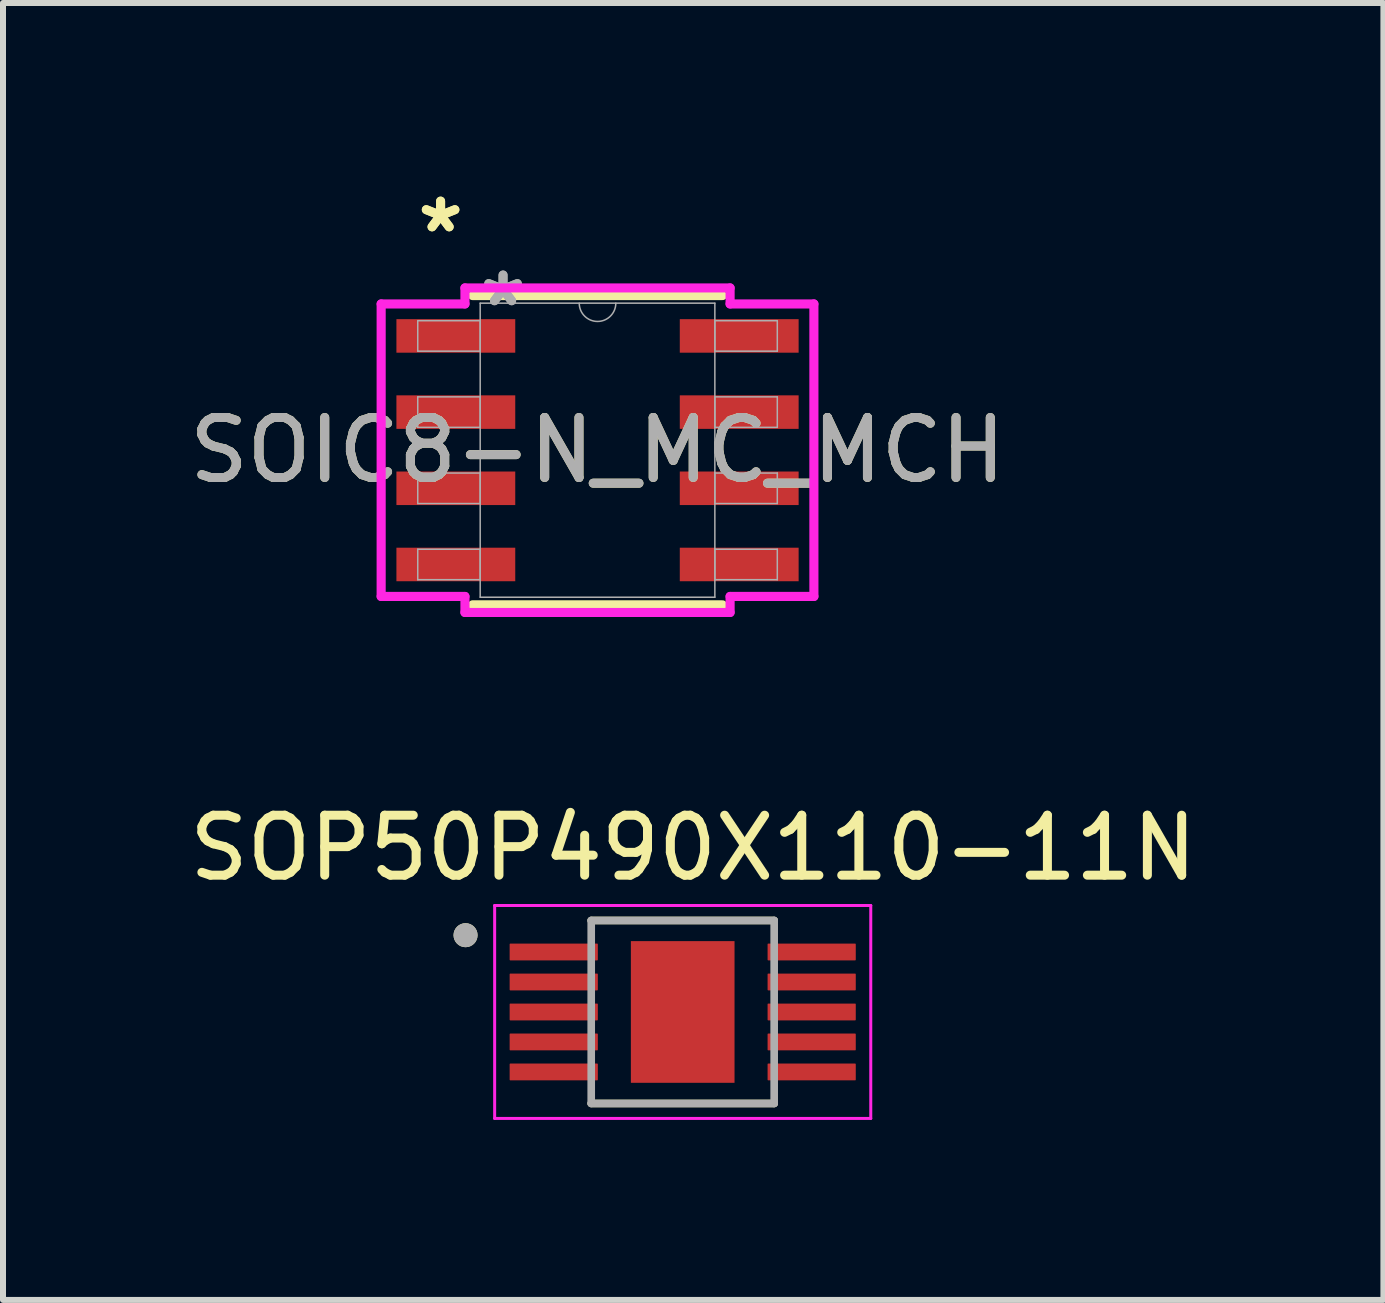
<source format=kicad_pcb>
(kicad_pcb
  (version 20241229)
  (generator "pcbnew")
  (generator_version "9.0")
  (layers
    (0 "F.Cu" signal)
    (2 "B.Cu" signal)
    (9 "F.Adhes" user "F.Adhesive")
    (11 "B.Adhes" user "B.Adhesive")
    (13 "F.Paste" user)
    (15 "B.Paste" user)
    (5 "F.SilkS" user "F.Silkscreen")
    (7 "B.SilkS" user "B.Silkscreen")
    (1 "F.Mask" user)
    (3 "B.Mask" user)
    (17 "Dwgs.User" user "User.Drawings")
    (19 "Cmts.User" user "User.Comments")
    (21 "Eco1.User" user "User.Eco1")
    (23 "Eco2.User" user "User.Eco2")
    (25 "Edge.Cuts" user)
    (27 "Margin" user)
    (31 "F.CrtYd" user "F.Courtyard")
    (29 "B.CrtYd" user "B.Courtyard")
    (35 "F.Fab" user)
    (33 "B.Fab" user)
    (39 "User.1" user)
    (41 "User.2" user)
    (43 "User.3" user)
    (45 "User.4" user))
  (footprint "SOP50P490X110-11N"
    (layer "F.Cu")
    (at 8.331 13.82)
    (property "Reference" "SOP50P490X110-11N" (at 0.175 -2.735 0) (layer "F.SilkS") (effects (font (size 1 1) (thickness 0.15))))
    (attr smd)
    (fp_line (start -1.525 -1.525) (end 1.525 -1.525) (stroke (width 0.127) (type solid)) (layer "F.SilkS"))
    (fp_line (start -1.525 1.525) (end 1.525 1.525) (stroke (width 0.127) (type solid)) (layer "F.SilkS"))
    (fp_circle (center -3.62 -1.28) (end -3.52 -1.28) (stroke (width 0.2) (type solid)) (fill no) (layer "F.SilkS"))
    (fp_poly (pts (xy -0.546 -0.747) (xy 0.546 -0.747) (xy 0.546 0.747) (xy -0.546 0.747)) (stroke (width 0.01) (type solid)) (fill yes) (layer "F.Paste"))
    (fp_line (start -3.135 -1.775) (end -3.135 1.775) (stroke (width 0.05) (type solid)) (layer "F.CrtYd"))
    (fp_line (start -3.135 -1.775) (end 3.135 -1.775) (stroke (width 0.05) (type solid)) (layer "F.CrtYd"))
    (fp_line (start -3.135 1.775) (end 3.135 1.775) (stroke (width 0.05) (type solid)) (layer "F.CrtYd"))
    (fp_line (start 3.135 -1.775) (end 3.135 1.775) (stroke (width 0.05) (type solid)) (layer "F.CrtYd"))
    (fp_line (start -1.525 -1.525) (end -1.525 1.525) (stroke (width 0.127) (type solid)) (layer "F.Fab"))
    (fp_line (start -1.525 -1.525) (end 1.525 -1.525) (stroke (width 0.127) (type solid)) (layer "F.Fab"))
    (fp_line (start -1.525 1.525) (end 1.525 1.525) (stroke (width 0.127) (type solid)) (layer "F.Fab"))
    (fp_line (start 1.525 -1.525) (end 1.525 1.525) (stroke (width 0.127) (type solid)) (layer "F.Fab"))
    (fp_circle (center -3.62 -1.28) (end -3.52 -1.28) (stroke (width 0.2) (type solid)) (fill no) (layer "F.Fab"))
    (pad "1" smd roundrect (at -2.15 -1) (size 1.47 0.28) (layers "F.Cu" "F.Mask" "F.Paste") (roundrect_rratio 0.04))
    (pad "2" smd roundrect (at -2.15 -0.5) (size 1.47 0.28) (layers "F.Cu" "F.Mask" "F.Paste") (roundrect_rratio 0.04))
    (pad "3" smd roundrect (at -2.15 0) (size 1.47 0.28) (layers "F.Cu" "F.Mask" "F.Paste") (roundrect_rratio 0.04))
    (pad "4" smd roundrect (at -2.15 0.5) (size 1.47 0.28) (layers "F.Cu" "F.Mask" "F.Paste") (roundrect_rratio 0.04))
    (pad "5" smd roundrect (at -2.15 1) (size 1.47 0.28) (layers "F.Cu" "F.Mask" "F.Paste") (roundrect_rratio 0.04))
    (pad "6" smd roundrect (at 2.15 1) (size 1.47 0.28) (layers "F.Cu" "F.Mask" "F.Paste") (roundrect_rratio 0.04))
    (pad "7" smd roundrect (at 2.15 0.5) (size 1.47 0.28) (layers "F.Cu" "F.Mask" "F.Paste") (roundrect_rratio 0.04))
    (pad "8" smd roundrect (at 2.15 0) (size 1.47 0.28) (layers "F.Cu" "F.Mask" "F.Paste") (roundrect_rratio 0.04))
    (pad "9" smd roundrect (at 2.15 -0.5) (size 1.47 0.28) (layers "F.Cu" "F.Mask" "F.Paste") (roundrect_rratio 0.04))
    (pad "10" smd roundrect (at 2.15 -1) (size 1.47 0.28) (layers "F.Cu" "F.Mask" "F.Paste") (roundrect_rratio 0.04))
    (pad "11" smd rect (at 0 0) (size 1.728 2.362) (layers "F.Cu" "F.Mask")))
  (footprint "SOIC8-N_MC_MCH"
    (layer "F.Cu")
    (at 6.911 4.455)
    (property "Reference" "SOIC8-N_MC_MCH" (at 0 0 0) (unlocked yes) (layer "F.SilkS") (effects (font (size 1 1) (thickness 0.15))))
    (attr smd)
    (fp_line (start -2.083 2.578) (end 2.083 2.578) (stroke (width 0.152) (type solid)) (layer "F.SilkS"))
    (fp_line (start 2.083 -2.578) (end -2.083 -2.578) (stroke (width 0.152) (type solid)) (layer "F.SilkS"))
    (fp_line (start -3.607 -2.438) (end -2.21 -2.438) (stroke (width 0.152) (type solid)) (layer "F.CrtYd"))
    (fp_line (start -3.607 2.438) (end -3.607 -2.438) (stroke (width 0.152) (type solid)) (layer "F.CrtYd"))
    (fp_line (start -3.607 2.438) (end -2.21 2.438) (stroke (width 0.152) (type solid)) (layer "F.CrtYd"))
    (fp_line (start -2.21 -2.705) (end 2.21 -2.705) (stroke (width 0.152) (type solid)) (layer "F.CrtYd"))
    (fp_line (start -2.21 -2.438) (end -2.21 -2.705) (stroke (width 0.152) (type solid)) (layer "F.CrtYd"))
    (fp_line (start -2.21 2.705) (end -2.21 2.438) (stroke (width 0.152) (type solid)) (layer "F.CrtYd"))
    (fp_line (start 2.21 -2.705) (end 2.21 -2.438) (stroke (width 0.152) (type solid)) (layer "F.CrtYd"))
    (fp_line (start 2.21 2.438) (end 2.21 2.705) (stroke (width 0.152) (type solid)) (layer "F.CrtYd"))
    (fp_line (start 2.21 2.705) (end -2.21 2.705) (stroke (width 0.152) (type solid)) (layer "F.CrtYd"))
    (fp_line (start 3.607 -2.438) (end 2.21 -2.438) (stroke (width 0.152) (type solid)) (layer "F.CrtYd"))
    (fp_line (start 3.607 -2.438) (end 3.607 2.438) (stroke (width 0.152) (type solid)) (layer "F.CrtYd"))
    (fp_line (start 3.607 2.438) (end 2.21 2.438) (stroke (width 0.152) (type solid)) (layer "F.CrtYd"))
    (fp_line (start -2.997 -2.159) (end -2.997 -1.651) (stroke (width 0.025) (type solid)) (layer "F.Fab"))
    (fp_line (start -2.997 -1.651) (end -1.956 -1.651) (stroke (width 0.025) (type solid)) (layer "F.Fab"))
    (fp_line (start -2.997 -0.889) (end -2.997 -0.381) (stroke (width 0.025) (type solid)) (layer "F.Fab"))
    (fp_line (start -2.997 -0.381) (end -1.956 -0.381) (stroke (width 0.025) (type solid)) (layer "F.Fab"))
    (fp_line (start -2.997 0.381) (end -2.997 0.889) (stroke (width 0.025) (type solid)) (layer "F.Fab"))
    (fp_line (start -2.997 0.889) (end -1.956 0.889) (stroke (width 0.025) (type solid)) (layer "F.Fab"))
    (fp_line (start -2.997 1.651) (end -2.997 2.159) (stroke (width 0.025) (type solid)) (layer "F.Fab"))
    (fp_line (start -2.997 2.159) (end -1.956 2.159) (stroke (width 0.025) (type solid)) (layer "F.Fab"))
    (fp_line (start -1.956 -2.451) (end -1.956 2.451) (stroke (width 0.025) (type solid)) (layer "F.Fab"))
    (fp_line (start -1.956 -2.159) (end -2.997 -2.159) (stroke (width 0.025) (type solid)) (layer "F.Fab"))
    (fp_line (start -1.956 -1.651) (end -1.956 -2.159) (stroke (width 0.025) (type solid)) (layer "F.Fab"))
    (fp_line (start -1.956 -0.889) (end -2.997 -0.889) (stroke (width 0.025) (type solid)) (layer "F.Fab"))
    (fp_line (start -1.956 -0.381) (end -1.956 -0.889) (stroke (width 0.025) (type solid)) (layer "F.Fab"))
    (fp_line (start -1.956 0.381) (end -2.997 0.381) (stroke (width 0.025) (type solid)) (layer "F.Fab"))
    (fp_line (start -1.956 0.889) (end -1.956 0.381) (stroke (width 0.025) (type solid)) (layer "F.Fab"))
    (fp_line (start -1.956 1.651) (end -2.997 1.651) (stroke (width 0.025) (type solid)) (layer "F.Fab"))
    (fp_line (start -1.956 2.159) (end -1.956 1.651) (stroke (width 0.025) (type solid)) (layer "F.Fab"))
    (fp_line (start -1.956 2.451) (end 1.956 2.451) (stroke (width 0.025) (type solid)) (layer "F.Fab"))
    (fp_line (start 1.956 -2.451) (end -1.956 -2.451) (stroke (width 0.025) (type solid)) (layer "F.Fab"))
    (fp_line (start 1.956 -2.159) (end 1.956 -1.651) (stroke (width 0.025) (type solid)) (layer "F.Fab"))
    (fp_line (start 1.956 -1.651) (end 2.997 -1.651) (stroke (width 0.025) (type solid)) (layer "F.Fab"))
    (fp_line (start 1.956 -0.889) (end 1.956 -0.381) (stroke (width 0.025) (type solid)) (layer "F.Fab"))
    (fp_line (start 1.956 -0.381) (end 2.997 -0.381) (stroke (width 0.025) (type solid)) (layer "F.Fab"))
    (fp_line (start 1.956 0.381) (end 1.956 0.889) (stroke (width 0.025) (type solid)) (layer "F.Fab"))
    (fp_line (start 1.956 0.889) (end 2.997 0.889) (stroke (width 0.025) (type solid)) (layer "F.Fab"))
    (fp_line (start 1.956 1.651) (end 1.956 2.159) (stroke (width 0.025) (type solid)) (layer "F.Fab"))
    (fp_line (start 1.956 2.159) (end 2.997 2.159) (stroke (width 0.025) (type solid)) (layer "F.Fab"))
    (fp_line (start 1.956 2.451) (end 1.956 -2.451) (stroke (width 0.025) (type solid)) (layer "F.Fab"))
    (fp_line (start 2.997 -2.159) (end 1.956 -2.159) (stroke (width 0.025) (type solid)) (layer "F.Fab"))
    (fp_line (start 2.997 -1.651) (end 2.997 -2.159) (stroke (width 0.025) (type solid)) (layer "F.Fab"))
    (fp_line (start 2.997 -0.889) (end 1.956 -0.889) (stroke (width 0.025) (type solid)) (layer "F.Fab"))
    (fp_line (start 2.997 -0.381) (end 2.997 -0.889) (stroke (width 0.025) (type solid)) (layer "F.Fab"))
    (fp_line (start 2.997 0.381) (end 1.956 0.381) (stroke (width 0.025) (type solid)) (layer "F.Fab"))
    (fp_line (start 2.997 0.889) (end 2.997 0.381) (stroke (width 0.025) (type solid)) (layer "F.Fab"))
    (fp_line (start 2.997 1.651) (end 1.956 1.651) (stroke (width 0.025) (type solid)) (layer "F.Fab"))
    (fp_line (start 2.997 2.159) (end 2.997 1.651) (stroke (width 0.025) (type solid)) (layer "F.Fab"))
    (fp_arc (start 0.3048 -2.4511) (mid 0 -2.1463) (end -0.3048 -2.4511) (stroke (width 0.0254) (type solid)) (layer "F.Fab"))
    (fp_text user "*" (at -2.616 -3.607 0) (layer "F.SilkS") (effects (font (size 1 1) (thickness 0.15))))
    (fp_text user "*" (at -2.616 -3.607 0) (unlocked yes) (layer "F.SilkS") (effects (font (size 1 1) (thickness 0.15))))
    (fp_text user "*" (at -1.575 -2.375 0) (layer "F.Fab") (effects (font (size 1 1) (thickness 0.15))))
    (fp_text user "${REFERENCE}" (at 0 0 0) (unlocked yes) (layer "F.Fab") (effects (font (size 1 1) (thickness 0.15))))
    (fp_text user "*" (at -1.575 -2.375 0) (unlocked yes) (layer "F.Fab") (effects (font (size 1 1) (thickness 0.15))))
    (pad "1" smd rect (at -2.362 -1.905) (size 1.981 0.559) (layers "F.Cu" "F.Mask" "F.Paste"))
    (pad "2" smd rect (at -2.362 -0.635) (size 1.981 0.559) (layers "F.Cu" "F.Mask" "F.Paste"))
    (pad "3" smd rect (at -2.362 0.635) (size 1.981 0.559) (layers "F.Cu" "F.Mask" "F.Paste"))
    (pad "4" smd rect (at -2.362 1.905) (size 1.981 0.559) (layers "F.Cu" "F.Mask" "F.Paste"))
    (pad "5" smd rect (at 2.362 1.905) (size 1.981 0.559) (layers "F.Cu" "F.Mask" "F.Paste"))
    (pad "6" smd rect (at 2.362 0.635) (size 1.981 0.559) (layers "F.Cu" "F.Mask" "F.Paste"))
    (pad "7" smd rect (at 2.362 -0.635) (size 1.981 0.559) (layers "F.Cu" "F.Mask" "F.Paste"))
    (pad "8" smd rect (at 2.362 -1.905) (size 1.981 0.559) (layers "F.Cu" "F.Mask" "F.Paste")))
  (gr_rect
    (start -3 -3)
    (end 20.012 18.62)
    (stroke (width 0.1) (type default))
    (fill no)
    (layer "Edge.Cuts")))
</source>
